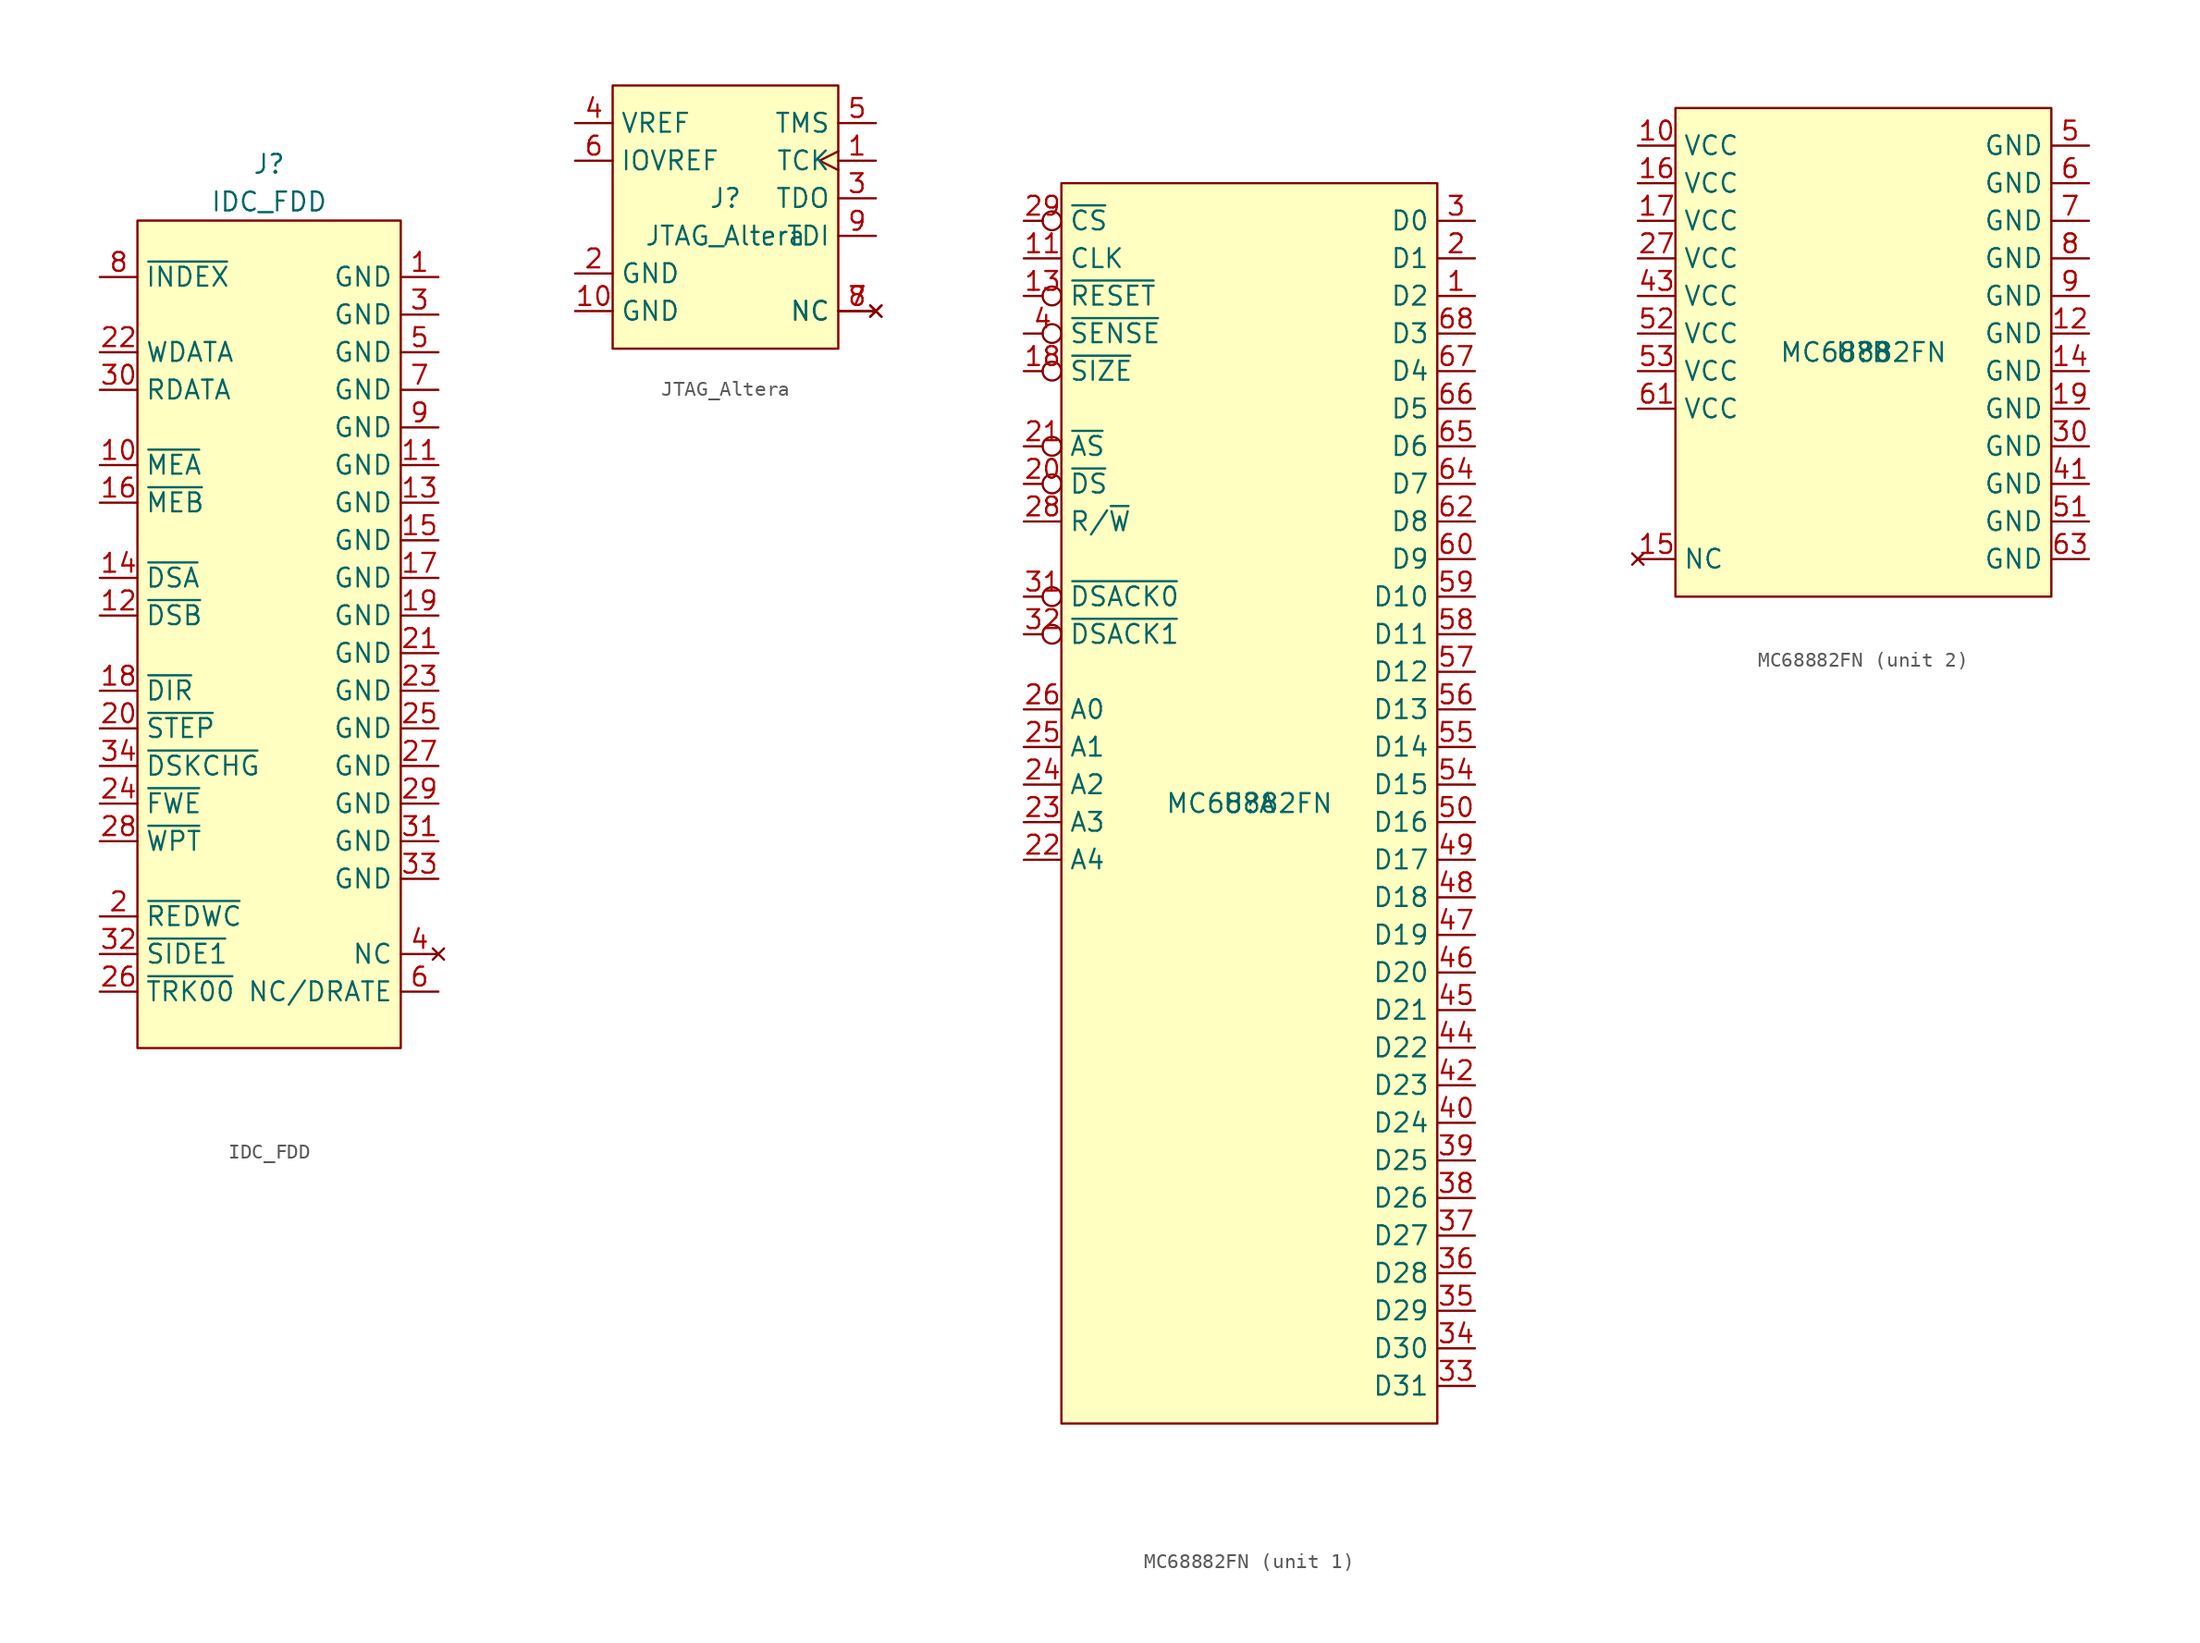
<source format=kicad_sym>
(kicad_symbol_lib
  (version 20220914)
  (generator kicad_symbol_editor)
  (symbol "IDC_FDD"
    (property "Reference" "J"
      (at 0 31.75 0)
      (effects (font (size 1.27 1.27))))
    (property "Value" "IDC_FDD"
      (at 0 29.21 0)
      (effects (font (size 1.27 1.27))))
    (symbol "IDC_FDD_1_1"
      (rectangle (start -8.89 27.94) (end 8.89 -27.94) (stroke (width 0) (type default)) (fill (type background)))
      (pin power_in line (at 11.43 24.13 180) (length 2.54) (name "GND" (effects (font (size 1.27 1.27)))) (number "1" (effects (font (size 1.27 1.27)))))
      (pin input line (at -11.43 11.43 0) (length 2.54) (name "~{MEA}" (effects (font (size 1.27 1.27)))) (number "10" (effects (font (size 1.27 1.27)))))
      (pin power_in line (at 11.43 11.43 180) (length 2.54) (name "GND" (effects (font (size 1.27 1.27)))) (number "11" (effects (font (size 1.27 1.27)))))
      (pin input line (at -11.43 1.27 0) (length 2.54) (name "~{DSB}" (effects (font (size 1.27 1.27)))) (number "12" (effects (font (size 1.27 1.27)))))
      (pin power_in line (at 11.43 8.89 180) (length 2.54) (name "GND" (effects (font (size 1.27 1.27)))) (number "13" (effects (font (size 1.27 1.27)))))
      (pin input line (at -11.43 3.81 0) (length 2.54) (name "~{DSA}" (effects (font (size 1.27 1.27)))) (number "14" (effects (font (size 1.27 1.27)))))
      (pin power_in line (at 11.43 6.35 180) (length 2.54) (name "GND" (effects (font (size 1.27 1.27)))) (number "15" (effects (font (size 1.27 1.27)))))
      (pin input line (at -11.43 8.89 0) (length 2.54) (name "~{MEB}" (effects (font (size 1.27 1.27)))) (number "16" (effects (font (size 1.27 1.27)))))
      (pin power_in line (at 11.43 3.81 180) (length 2.54) (name "GND" (effects (font (size 1.27 1.27)))) (number "17" (effects (font (size 1.27 1.27)))))
      (pin input line (at -11.43 -3.81 0) (length 2.54) (name "~{DIR}" (effects (font (size 1.27 1.27)))) (number "18" (effects (font (size 1.27 1.27)))))
      (pin power_in line (at 11.43 1.27 180) (length 2.54) (name "GND" (effects (font (size 1.27 1.27)))) (number "19" (effects (font (size 1.27 1.27)))))
      (pin output line (at -11.43 -19.05 0) (length 2.54) (name "~{REDWC}" (effects (font (size 1.27 1.27)))) (number "2" (effects (font (size 1.27 1.27)))))
      (pin input line (at -11.43 -6.35 0) (length 2.54) (name "~{STEP}" (effects (font (size 1.27 1.27)))) (number "20" (effects (font (size 1.27 1.27)))))
      (pin power_in line (at 11.43 -1.27 180) (length 2.54) (name "GND" (effects (font (size 1.27 1.27)))) (number "21" (effects (font (size 1.27 1.27)))))
      (pin input line (at -11.43 19.05 0) (length 2.54) (name "WDATA" (effects (font (size 1.27 1.27)))) (number "22" (effects (font (size 1.27 1.27)))))
      (pin power_in line (at 11.43 -3.81 180) (length 2.54) (name "GND" (effects (font (size 1.27 1.27)))) (number "23" (effects (font (size 1.27 1.27)))))
      (pin input line (at -11.43 -11.43 0) (length 2.54) (name "~{FWE}" (effects (font (size 1.27 1.27)))) (number "24" (effects (font (size 1.27 1.27)))))
      (pin power_in line (at 11.43 -6.35 180) (length 2.54) (name "GND" (effects (font (size 1.27 1.27)))) (number "25" (effects (font (size 1.27 1.27)))))
      (pin output line (at -11.43 -24.13 0) (length 2.54) (name "~{TRK00}" (effects (font (size 1.27 1.27)))) (number "26" (effects (font (size 1.27 1.27)))))
      (pin power_in line (at 11.43 -8.89 180) (length 2.54) (name "GND" (effects (font (size 1.27 1.27)))) (number "27" (effects (font (size 1.27 1.27)))))
      (pin output line (at -11.43 -13.97 0) (length 2.54) (name "~{WPT}" (effects (font (size 1.27 1.27)))) (number "28" (effects (font (size 1.27 1.27)))))
      (pin power_in line (at 11.43 -11.43 180) (length 2.54) (name "GND" (effects (font (size 1.27 1.27)))) (number "29" (effects (font (size 1.27 1.27)))))
      (pin power_in line (at 11.43 21.59 180) (length 2.54) (name "GND" (effects (font (size 1.27 1.27)))) (number "3" (effects (font (size 1.27 1.27)))))
      (pin output line (at -11.43 16.51 0) (length 2.54) (name "RDATA" (effects (font (size 1.27 1.27)))) (number "30" (effects (font (size 1.27 1.27)))))
      (pin power_in line (at 11.43 -13.97 180) (length 2.54) (name "GND" (effects (font (size 1.27 1.27)))) (number "31" (effects (font (size 1.27 1.27)))))
      (pin input line (at -11.43 -21.59 0) (length 2.54) (name "~{SIDE1}" (effects (font (size 1.27 1.27)))) (number "32" (effects (font (size 1.27 1.27)))))
      (pin power_in line (at 11.43 -16.51 180) (length 2.54) (name "GND" (effects (font (size 1.27 1.27)))) (number "33" (effects (font (size 1.27 1.27)))))
      (pin output line (at -11.43 -8.89 0) (length 2.54) (name "~{DSKCHG}" (effects (font (size 1.27 1.27)))) (number "34" (effects (font (size 1.27 1.27)))))
      (pin no_connect line (at 11.43 -21.59 180) (length 2.54) (name "NC" (effects (font (size 1.27 1.27)))) (number "4" (effects (font (size 1.27 1.27)))))
      (pin power_in line (at 11.43 19.05 180) (length 2.54) (name "GND" (effects (font (size 1.27 1.27)))) (number "5" (effects (font (size 1.27 1.27)))))
      (pin output line (at 11.43 -24.13 180) (length 2.54) (name "NC/DRATE" (effects (font (size 1.27 1.27)))) (number "6" (effects (font (size 1.27 1.27)))))
      (pin power_in line (at 11.43 16.51 180) (length 2.54) (name "GND" (effects (font (size 1.27 1.27)))) (number "7" (effects (font (size 1.27 1.27)))))
      (pin output line (at -11.43 24.13 0) (length 2.54) (name "~{INDEX}" (effects (font (size 1.27 1.27)))) (number "8" (effects (font (size 1.27 1.27)))))
      (pin power_in line (at 11.43 13.97 180) (length 2.54) (name "GND" (effects (font (size 1.27 1.27)))) (number "9" (effects (font (size 1.27 1.27)))))))
  (symbol "JTAG_Altera"
    (property "Reference" "J"
      (at 0 1.27 0)
      (effects (font (size 1.27 1.27))))
    (property "Value" "JTAG_Altera"
      (at 0 -1.27 0)
      (effects (font (size 1.27 1.27))))
    (symbol "JTAG_Altera_0_0"
      (text "" (at -8.882 -6.363 0) (effects (font (size 1.27 1.27)))))
    (symbol "JTAG_Altera_1_1"
      (rectangle (start -7.62 8.89) (end 7.62 -8.89) (stroke (width 0) (type default)) (fill (type background)))
      (pin output clock (at 10.16 3.81 180) (length 2.54) (name "TCK" (effects (font (size 1.27 1.27)))) (number "1" (effects (font (size 1.27 1.27)))))
      (pin power_in line (at -10.16 -6.35 0) (length 2.54) (name "GND" (effects (font (size 1.27 1.27)))) (number "10" (effects (font (size 1.27 1.27)))))
      (pin power_in line (at -10.16 -3.81 0) (length 2.54) (name "GND" (effects (font (size 1.27 1.27)))) (number "2" (effects (font (size 1.27 1.27)))))
      (pin input line (at 10.16 1.27 180) (length 2.54) (name "TDO" (effects (font (size 1.27 1.27)))) (number "3" (effects (font (size 1.27 1.27)))))
      (pin power_in line (at -10.16 6.35 0) (length 2.54) (name "VREF" (effects (font (size 1.27 1.27)))) (number "4" (effects (font (size 1.27 1.27)))))
      (pin output line (at 10.16 6.35 180) (length 2.54) (name "TMS" (effects (font (size 1.27 1.27)))) (number "5" (effects (font (size 1.27 1.27)))))
      (pin power_in line (at -10.16 3.81 0) (length 2.54) (name "IOVREF" (effects (font (size 1.27 1.27)))) (number "6" (effects (font (size 1.27 1.27)))))
      (pin no_connect line (at 10.16 -6.35 180) (length 2.54) (name "NC" (effects (font (size 1.27 1.27)))) (number "7" (effects (font (size 1.27 1.27)))))
      (pin no_connect line (at 10.16 -6.35 180) (length 2.54) (name "NC" (effects (font (size 1.27 1.27)))) (number "8" (effects (font (size 1.27 1.27)))))
      (pin output line (at 10.16 -1.27 180) (length 2.54) (name "TDI" (effects (font (size 1.27 1.27)))) (number "9" (effects (font (size 1.27 1.27)))))))
  (symbol "MC68882FN"
    (property "Reference" "U"
      (at 0 0 0)
      (effects (font (size 1.27 1.27))))
    (property "Value" "MC68882FN"
      (at 0 0 0)
      (effects (font (size 1.27 1.27))))
    (symbol "MC68882FN_1_0"
      (pin bidirectional line (at 15.24 34.29 180) (length 2.54) (name "D2" (effects (font (size 1.27 1.27)))) (number "1" (effects (font (size 1.27 1.27)))))
      (pin input line (at -15.24 36.83 0) (length 2.54) (name "CLK" (effects (font (size 1.27 1.27)))) (number "11" (effects (font (size 1.27 1.27)))))
      (pin input inverted (at -15.24 34.29 0) (length 2.54) (name "~{RESET}" (effects (font (size 1.27 1.27)))) (number "13" (effects (font (size 1.27 1.27)))))
      (pin input inverted (at -15.24 29.21 0) (length 2.54) (name "~{SIZE}" (effects (font (size 1.27 1.27)))) (number "18" (effects (font (size 1.27 1.27)))))
      (pin bidirectional line (at 15.24 36.83 180) (length 2.54) (name "D1" (effects (font (size 1.27 1.27)))) (number "2" (effects (font (size 1.27 1.27)))))
      (pin input inverted (at -15.24 21.59 0) (length 2.54) (name "~{DS}" (effects (font (size 1.27 1.27)))) (number "20" (effects (font (size 1.27 1.27)))))
      (pin input inverted (at -15.24 24.13 0) (length 2.54) (name "~{AS}" (effects (font (size 1.27 1.27)))) (number "21" (effects (font (size 1.27 1.27)))))
      (pin input line (at -15.24 -3.81 0) (length 2.54) (name "A4" (effects (font (size 1.27 1.27)))) (number "22" (effects (font (size 1.27 1.27)))))
      (pin input line (at -15.24 -1.27 0) (length 2.54) (name "A3" (effects (font (size 1.27 1.27)))) (number "23" (effects (font (size 1.27 1.27)))))
      (pin input line (at -15.24 1.27 0) (length 2.54) (name "A2" (effects (font (size 1.27 1.27)))) (number "24" (effects (font (size 1.27 1.27)))))
      (pin input line (at -15.24 3.81 0) (length 2.54) (name "A1" (effects (font (size 1.27 1.27)))) (number "25" (effects (font (size 1.27 1.27)))))
      (pin input line (at -15.24 6.35 0) (length 2.54) (name "A0" (effects (font (size 1.27 1.27)))) (number "26" (effects (font (size 1.27 1.27)))))
      (pin input line (at -15.24 19.05 0) (length 2.54) (name "R/~{W}" (effects (font (size 1.27 1.27)))) (number "28" (effects (font (size 1.27 1.27)))))
      (pin input inverted (at -15.24 39.37 0) (length 2.54) (name "~{CS}" (effects (font (size 1.27 1.27)))) (number "29" (effects (font (size 1.27 1.27)))))
      (pin bidirectional line (at 15.24 39.37 180) (length 2.54) (name "D0" (effects (font (size 1.27 1.27)))) (number "3" (effects (font (size 1.27 1.27)))))
      (pin output inverted (at -15.24 13.97 0) (length 2.54) (name "~{DSACK0}" (effects (font (size 1.27 1.27)))) (number "31" (effects (font (size 1.27 1.27)))))
      (pin output inverted (at -15.24 11.43 0) (length 2.54) (name "~{DSACK1}" (effects (font (size 1.27 1.27)))) (number "32" (effects (font (size 1.27 1.27)))))
      (pin bidirectional line (at 15.24 -39.37 180) (length 2.54) (name "D31" (effects (font (size 1.27 1.27)))) (number "33" (effects (font (size 1.27 1.27)))))
      (pin bidirectional line (at 15.24 -36.83 180) (length 2.54) (name "D30" (effects (font (size 1.27 1.27)))) (number "34" (effects (font (size 1.27 1.27)))))
      (pin bidirectional line (at 15.24 -34.29 180) (length 2.54) (name "D29" (effects (font (size 1.27 1.27)))) (number "35" (effects (font (size 1.27 1.27)))))
      (pin bidirectional line (at 15.24 -31.75 180) (length 2.54) (name "D28" (effects (font (size 1.27 1.27)))) (number "36" (effects (font (size 1.27 1.27)))))
      (pin bidirectional line (at 15.24 -29.21 180) (length 2.54) (name "D27" (effects (font (size 1.27 1.27)))) (number "37" (effects (font (size 1.27 1.27)))))
      (pin bidirectional line (at 15.24 -26.67 180) (length 2.54) (name "D26" (effects (font (size 1.27 1.27)))) (number "38" (effects (font (size 1.27 1.27)))))
      (pin bidirectional line (at 15.24 -24.13 180) (length 2.54) (name "D25" (effects (font (size 1.27 1.27)))) (number "39" (effects (font (size 1.27 1.27)))))
      (pin bidirectional inverted (at -15.24 31.75 0) (length 2.54) (name "~{SENSE}" (effects (font (size 1.27 1.27)))) (number "4" (effects (font (size 1.27 1.27)))))
      (pin bidirectional line (at 15.24 -21.59 180) (length 2.54) (name "D24" (effects (font (size 1.27 1.27)))) (number "40" (effects (font (size 1.27 1.27)))))
      (pin bidirectional line (at 15.24 -19.05 180) (length 2.54) (name "D23" (effects (font (size 1.27 1.27)))) (number "42" (effects (font (size 1.27 1.27)))))
      (pin bidirectional line (at 15.24 -16.51 180) (length 2.54) (name "D22" (effects (font (size 1.27 1.27)))) (number "44" (effects (font (size 1.27 1.27)))))
      (pin bidirectional line (at 15.24 -13.97 180) (length 2.54) (name "D21" (effects (font (size 1.27 1.27)))) (number "45" (effects (font (size 1.27 1.27)))))
      (pin bidirectional line (at 15.24 -11.43 180) (length 2.54) (name "D20" (effects (font (size 1.27 1.27)))) (number "46" (effects (font (size 1.27 1.27)))))
      (pin bidirectional line (at 15.24 -8.89 180) (length 2.54) (name "D19" (effects (font (size 1.27 1.27)))) (number "47" (effects (font (size 1.27 1.27)))))
      (pin bidirectional line (at 15.24 -6.35 180) (length 2.54) (name "D18" (effects (font (size 1.27 1.27)))) (number "48" (effects (font (size 1.27 1.27)))))
      (pin bidirectional line (at 15.24 -3.81 180) (length 2.54) (name "D17" (effects (font (size 1.27 1.27)))) (number "49" (effects (font (size 1.27 1.27)))))
      (pin bidirectional line (at 15.24 -1.27 180) (length 2.54) (name "D16" (effects (font (size 1.27 1.27)))) (number "50" (effects (font (size 1.27 1.27)))))
      (pin bidirectional line (at 15.24 1.27 180) (length 2.54) (name "D15" (effects (font (size 1.27 1.27)))) (number "54" (effects (font (size 1.27 1.27)))))
      (pin bidirectional line (at 15.24 3.81 180) (length 2.54) (name "D14" (effects (font (size 1.27 1.27)))) (number "55" (effects (font (size 1.27 1.27)))))
      (pin bidirectional line (at 15.24 6.35 180) (length 2.54) (name "D13" (effects (font (size 1.27 1.27)))) (number "56" (effects (font (size 1.27 1.27)))))
      (pin bidirectional line (at 15.24 8.89 180) (length 2.54) (name "D12" (effects (font (size 1.27 1.27)))) (number "57" (effects (font (size 1.27 1.27)))))
      (pin bidirectional line (at 15.24 11.43 180) (length 2.54) (name "D11" (effects (font (size 1.27 1.27)))) (number "58" (effects (font (size 1.27 1.27)))))
      (pin bidirectional line (at 15.24 13.97 180) (length 2.54) (name "D10" (effects (font (size 1.27 1.27)))) (number "59" (effects (font (size 1.27 1.27)))))
      (pin bidirectional line (at 15.24 16.51 180) (length 2.54) (name "D9" (effects (font (size 1.27 1.27)))) (number "60" (effects (font (size 1.27 1.27)))))
      (pin bidirectional line (at 15.24 19.05 180) (length 2.54) (name "D8" (effects (font (size 1.27 1.27)))) (number "62" (effects (font (size 1.27 1.27)))))
      (pin bidirectional line (at 15.24 21.59 180) (length 2.54) (name "D7" (effects (font (size 1.27 1.27)))) (number "64" (effects (font (size 1.27 1.27)))))
      (pin bidirectional line (at 15.24 24.13 180) (length 2.54) (name "D6" (effects (font (size 1.27 1.27)))) (number "65" (effects (font (size 1.27 1.27)))))
      (pin bidirectional line (at 15.24 26.67 180) (length 2.54) (name "D5" (effects (font (size 1.27 1.27)))) (number "66" (effects (font (size 1.27 1.27)))))
      (pin bidirectional line (at 15.24 29.21 180) (length 2.54) (name "D4" (effects (font (size 1.27 1.27)))) (number "67" (effects (font (size 1.27 1.27)))))
      (pin bidirectional line (at 15.24 31.75 180) (length 2.54) (name "D3" (effects (font (size 1.27 1.27)))) (number "68" (effects (font (size 1.27 1.27))))))
    (symbol "MC68882FN_1_1"
      (rectangle (start -12.7 41.91) (end 12.7 -41.91) (stroke (width 0) (type default)) (fill (type background))))
    (symbol "MC68882FN_2_0"
      (pin power_in line (at -15.24 13.97 0) (length 2.54) (name "VCC" (effects (font (size 1.27 1.27)))) (number "10" (effects (font (size 1.27 1.27)))))
      (pin power_in line (at 15.24 1.27 180) (length 2.54) (name "GND" (effects (font (size 1.27 1.27)))) (number "12" (effects (font (size 1.27 1.27)))))
      (pin power_in line (at 15.24 -1.27 180) (length 2.54) (name "GND" (effects (font (size 1.27 1.27)))) (number "14" (effects (font (size 1.27 1.27)))))
      (pin no_connect line (at -15.24 -13.97 0) (length 2.54) (name "NC" (effects (font (size 1.27 1.27)))) (number "15" (effects (font (size 1.27 1.27)))))
      (pin power_in line (at -15.24 11.43 0) (length 2.54) (name "VCC" (effects (font (size 1.27 1.27)))) (number "16" (effects (font (size 1.27 1.27)))))
      (pin power_in line (at -15.24 8.89 0) (length 2.54) (name "VCC" (effects (font (size 1.27 1.27)))) (number "17" (effects (font (size 1.27 1.27)))))
      (pin power_in line (at 15.24 -3.81 180) (length 2.54) (name "GND" (effects (font (size 1.27 1.27)))) (number "19" (effects (font (size 1.27 1.27)))))
      (pin power_in line (at -15.24 6.35 0) (length 2.54) (name "VCC" (effects (font (size 1.27 1.27)))) (number "27" (effects (font (size 1.27 1.27)))))
      (pin power_in line (at 15.24 -6.35 180) (length 2.54) (name "GND" (effects (font (size 1.27 1.27)))) (number "30" (effects (font (size 1.27 1.27)))))
      (pin power_in line (at 15.24 -8.89 180) (length 2.54) (name "GND" (effects (font (size 1.27 1.27)))) (number "41" (effects (font (size 1.27 1.27)))))
      (pin power_in line (at -15.24 3.81 0) (length 2.54) (name "VCC" (effects (font (size 1.27 1.27)))) (number "43" (effects (font (size 1.27 1.27)))))
      (pin power_in line (at 15.24 13.97 180) (length 2.54) (name "GND" (effects (font (size 1.27 1.27)))) (number "5" (effects (font (size 1.27 1.27)))))
      (pin power_in line (at 15.24 -11.43 180) (length 2.54) (name "GND" (effects (font (size 1.27 1.27)))) (number "51" (effects (font (size 1.27 1.27)))))
      (pin power_in line (at -15.24 1.27 0) (length 2.54) (name "VCC" (effects (font (size 1.27 1.27)))) (number "52" (effects (font (size 1.27 1.27)))))
      (pin power_in line (at -15.24 -1.27 0) (length 2.54) (name "VCC" (effects (font (size 1.27 1.27)))) (number "53" (effects (font (size 1.27 1.27)))))
      (pin power_in line (at 15.24 11.43 180) (length 2.54) (name "GND" (effects (font (size 1.27 1.27)))) (number "6" (effects (font (size 1.27 1.27)))))
      (pin power_in line (at -15.24 -3.81 0) (length 2.54) (name "VCC" (effects (font (size 1.27 1.27)))) (number "61" (effects (font (size 1.27 1.27)))))
      (pin power_in line (at 15.24 -13.97 180) (length 2.54) (name "GND" (effects (font (size 1.27 1.27)))) (number "63" (effects (font (size 1.27 1.27)))))
      (pin power_in line (at 15.24 8.89 180) (length 2.54) (name "GND" (effects (font (size 1.27 1.27)))) (number "7" (effects (font (size 1.27 1.27)))))
      (pin power_in line (at 15.24 6.35 180) (length 2.54) (name "GND" (effects (font (size 1.27 1.27)))) (number "8" (effects (font (size 1.27 1.27)))))
      (pin power_in line (at 15.24 3.81 180) (length 2.54) (name "GND" (effects (font (size 1.27 1.27)))) (number "9" (effects (font (size 1.27 1.27))))))
    (symbol "MC68882FN_2_1"
      (rectangle (start -12.7 16.51) (end 12.7 -16.51) (stroke (width 0) (type default)) (fill (type background))))))
</source>
